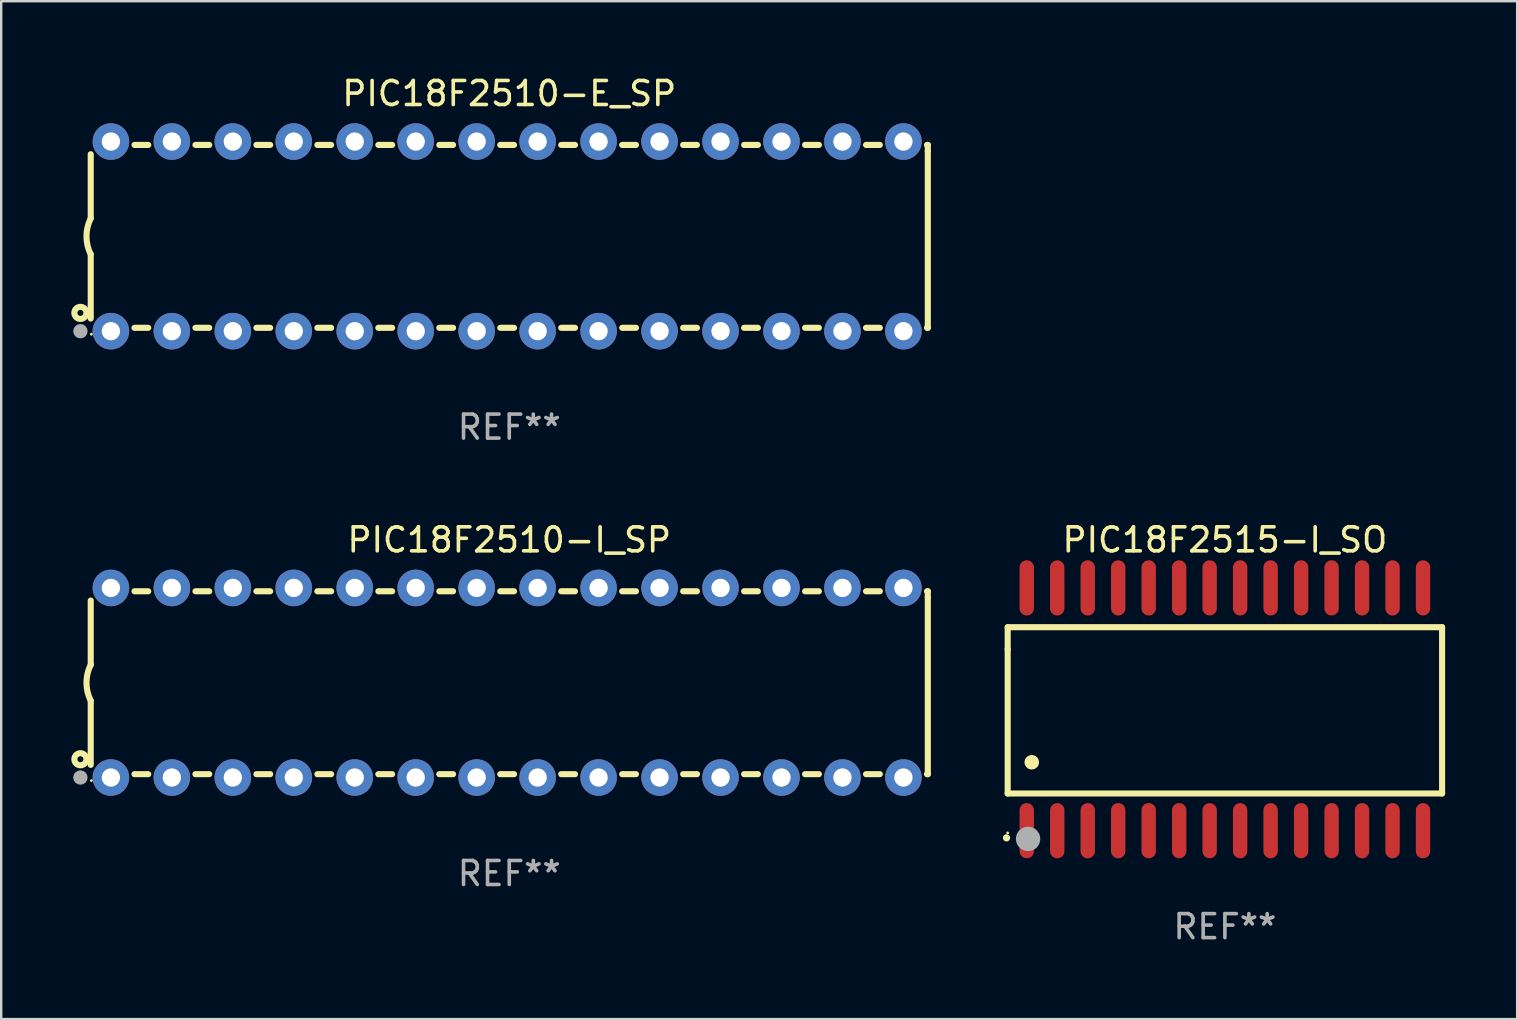
<source format=kicad_pcb>
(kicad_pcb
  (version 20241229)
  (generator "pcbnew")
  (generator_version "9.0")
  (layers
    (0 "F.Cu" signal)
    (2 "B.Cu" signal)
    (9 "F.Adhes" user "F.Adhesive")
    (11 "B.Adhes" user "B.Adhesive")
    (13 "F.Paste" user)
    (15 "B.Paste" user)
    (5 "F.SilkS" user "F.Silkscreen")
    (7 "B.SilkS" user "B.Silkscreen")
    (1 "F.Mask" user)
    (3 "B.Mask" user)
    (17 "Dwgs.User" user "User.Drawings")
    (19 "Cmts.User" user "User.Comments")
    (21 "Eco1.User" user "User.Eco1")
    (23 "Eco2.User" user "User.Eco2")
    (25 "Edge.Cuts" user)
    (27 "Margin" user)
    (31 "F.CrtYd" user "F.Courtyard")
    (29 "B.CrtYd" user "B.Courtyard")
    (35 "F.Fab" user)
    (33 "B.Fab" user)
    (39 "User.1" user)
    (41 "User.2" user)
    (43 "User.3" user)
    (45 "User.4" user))
  (footprint "PIC18F2510-E_SP"
    (layer "F.Cu")
    (at 18.168 6.798)
    (property "Reference" "PIC18F2510-E_SP" (at 0 -5.95 0) (layer "F.SilkS") (effects (font (size 1 1) (thickness 0.15))))
    (attr through_hole)
    (fp_line (start -17.438 0.75) (end -17.438 3.423) (stroke (width 0.254) (type solid)) (layer "F.SilkS"))
    (fp_line (start -17.438 -3.423) (end -17.438 -0.75) (stroke (width 0.254) (type solid)) (layer "F.SilkS"))
    (fp_line (start -15.615 3.81) (end -15.041 3.81) (stroke (width 0.254) (type solid)) (layer "F.SilkS"))
    (fp_line (start -15.041 -3.81) (end -15.614 -3.81) (stroke (width 0.254) (type solid)) (layer "F.SilkS"))
    (fp_line (start -13.075 3.81) (end -12.501 3.81) (stroke (width 0.254) (type solid)) (layer "F.SilkS"))
    (fp_line (start -12.501 -3.81) (end -13.074 -3.81) (stroke (width 0.254) (type solid)) (layer "F.SilkS"))
    (fp_line (start -10.535 3.81) (end -9.961 3.81) (stroke (width 0.254) (type solid)) (layer "F.SilkS"))
    (fp_line (start -9.961 -3.81) (end -10.534 -3.81) (stroke (width 0.254) (type solid)) (layer "F.SilkS"))
    (fp_line (start -7.995 3.81) (end -7.421 3.81) (stroke (width 0.254) (type solid)) (layer "F.SilkS"))
    (fp_line (start -7.421 -3.81) (end -7.995 -3.81) (stroke (width 0.254) (type solid)) (layer "F.SilkS"))
    (fp_line (start -5.455 3.81) (end -4.881 3.81) (stroke (width 0.254) (type solid)) (layer "F.SilkS"))
    (fp_line (start -4.881 -3.81) (end -5.455 -3.81) (stroke (width 0.254) (type solid)) (layer "F.SilkS"))
    (fp_line (start -2.915 3.81) (end -2.341 3.81) (stroke (width 0.254) (type solid)) (layer "F.SilkS"))
    (fp_line (start -2.341 -3.81) (end -2.915 -3.81) (stroke (width 0.254) (type solid)) (layer "F.SilkS"))
    (fp_line (start -0.375 3.81) (end 0.199 3.81) (stroke (width 0.254) (type solid)) (layer "F.SilkS"))
    (fp_line (start 0.199 -3.81) (end -0.375 -3.81) (stroke (width 0.254) (type solid)) (layer "F.SilkS"))
    (fp_line (start 2.165 3.81) (end 2.739 3.81) (stroke (width 0.254) (type solid)) (layer "F.SilkS"))
    (fp_line (start 2.739 -3.81) (end 2.165 -3.81) (stroke (width 0.254) (type solid)) (layer "F.SilkS"))
    (fp_line (start 4.705 3.81) (end 5.279 3.81) (stroke (width 0.254) (type solid)) (layer "F.SilkS"))
    (fp_line (start 5.279 -3.81) (end 4.705 -3.81) (stroke (width 0.254) (type solid)) (layer "F.SilkS"))
    (fp_line (start 7.245 3.81) (end 7.819 3.81) (stroke (width 0.254) (type solid)) (layer "F.SilkS"))
    (fp_line (start 7.819 -3.81) (end 7.245 -3.81) (stroke (width 0.254) (type solid)) (layer "F.SilkS"))
    (fp_line (start 9.785 3.81) (end 10.359 3.81) (stroke (width 0.254) (type solid)) (layer "F.SilkS"))
    (fp_line (start 10.359 -3.81) (end 9.785 -3.81) (stroke (width 0.254) (type solid)) (layer "F.SilkS"))
    (fp_line (start 12.325 3.81) (end 12.899 3.81) (stroke (width 0.254) (type solid)) (layer "F.SilkS"))
    (fp_line (start 12.899 -3.81) (end 12.325 -3.81) (stroke (width 0.254) (type solid)) (layer "F.SilkS"))
    (fp_line (start 14.865 3.81) (end 15.439 3.81) (stroke (width 0.254) (type solid)) (layer "F.SilkS"))
    (fp_line (start 15.439 -3.81) (end 14.865 -3.81) (stroke (width 0.254) (type solid)) (layer "F.SilkS"))
    (fp_line (start 17.405 3.81) (end 17.438 3.81) (stroke (width 0.254) (type solid)) (layer "F.SilkS"))
    (fp_line (start 17.438 -3.81) (end 17.405 -3.81) (stroke (width 0.254) (type solid)) (layer "F.SilkS"))
    (fp_line (start 17.438 -3.556) (end 17.438 -3.81) (stroke (width 0.254) (type solid)) (layer "F.SilkS"))
    (fp_line (start 17.438 3.81) (end 17.438 -3.556) (stroke (width 0.254) (type solid)) (layer "F.SilkS"))
    (fp_arc (start -17.437986 0.749657) (mid -17.614887 -0.000024) (end -17.437783 -0.749657) (stroke (width 0.254001) (type solid)) (layer "F.SilkS"))
    (fp_circle (center -17.868 3.188) (end -17.743 3.188) (stroke (width 0.254) (type solid)) (fill no) (layer "F.SilkS"))
    (fp_circle (center -17.411 4.077) (end -17.381 4.077) (stroke (width 0.06) (type solid)) (fill no) (layer "F.SilkS"))
    (fp_circle (center -17.868 3.95) (end -17.718 3.95) (stroke (width 0.3) (type solid)) (fill no) (layer "F.Fab"))
    (fp_text user "REF**" (at 0 7.95 0) (layer "F.Fab") (effects (font (size 1 1) (thickness 0.15))))
    (pad "1" thru_hole circle (at -16.598 3.95) (size 1.524 1.524) (drill 0.762) (layers "*.Cu" "*.Mask"))
    (pad "2" thru_hole circle (at -14.058 3.95) (size 1.524 1.524) (drill 0.762) (layers "*.Cu" "*.Mask"))
    (pad "3" thru_hole circle (at -11.518 3.95) (size 1.524 1.524) (drill 0.762) (layers "*.Cu" "*.Mask"))
    (pad "4" thru_hole circle (at -8.978 3.95) (size 1.524 1.524) (drill 0.762) (layers "*.Cu" "*.Mask"))
    (pad "5" thru_hole circle (at -6.438 3.95) (size 1.524 1.524) (drill 0.762) (layers "*.Cu" "*.Mask"))
    (pad "6" thru_hole circle (at -3.898 3.95) (size 1.524 1.524) (drill 0.762) (layers "*.Cu" "*.Mask"))
    (pad "7" thru_hole circle (at -1.358 3.95) (size 1.524 1.524) (drill 0.762) (layers "*.Cu" "*.Mask"))
    (pad "8" thru_hole circle (at 1.182 3.95) (size 1.524 1.524) (drill 0.762) (layers "*.Cu" "*.Mask"))
    (pad "9" thru_hole circle (at 3.722 3.95) (size 1.524 1.524) (drill 0.762) (layers "*.Cu" "*.Mask"))
    (pad "10" thru_hole circle (at 6.262 3.95) (size 1.524 1.524) (drill 0.762) (layers "*.Cu" "*.Mask"))
    (pad "11" thru_hole circle (at 8.802 3.95) (size 1.524 1.524) (drill 0.762) (layers "*.Cu" "*.Mask"))
    (pad "12" thru_hole circle (at 11.342 3.95) (size 1.524 1.524) (drill 0.762) (layers "*.Cu" "*.Mask"))
    (pad "13" thru_hole circle (at 13.882 3.95) (size 1.524 1.524) (drill 0.762) (layers "*.Cu" "*.Mask"))
    (pad "14" thru_hole circle (at 16.422 3.95) (size 1.524 1.524) (drill 0.762) (layers "*.Cu" "*.Mask"))
    (pad "15" thru_hole circle (at 16.422 -3.95) (size 1.524 1.524) (drill 0.762) (layers "*.Cu" "*.Mask"))
    (pad "16" thru_hole circle (at 13.882 -3.95) (size 1.524 1.524) (drill 0.762) (layers "*.Cu" "*.Mask"))
    (pad "17" thru_hole circle (at 11.342 -3.95) (size 1.524 1.524) (drill 0.762) (layers "*.Cu" "*.Mask"))
    (pad "18" thru_hole circle (at 8.802 -3.95) (size 1.524 1.524) (drill 0.762) (layers "*.Cu" "*.Mask"))
    (pad "19" thru_hole circle (at 6.262 -3.95) (size 1.524 1.524) (drill 0.762) (layers "*.Cu" "*.Mask"))
    (pad "20" thru_hole circle (at 3.722 -3.95) (size 1.524 1.524) (drill 0.762) (layers "*.Cu" "*.Mask"))
    (pad "21" thru_hole circle (at 1.182 -3.95) (size 1.524 1.524) (drill 0.762) (layers "*.Cu" "*.Mask"))
    (pad "22" thru_hole circle (at -1.358 -3.95) (size 1.524 1.524) (drill 0.762) (layers "*.Cu" "*.Mask"))
    (pad "23" thru_hole circle (at -3.898 -3.95) (size 1.524 1.524) (drill 0.762) (layers "*.Cu" "*.Mask"))
    (pad "24" thru_hole circle (at -6.438 -3.95) (size 1.524 1.524) (drill 0.762) (layers "*.Cu" "*.Mask"))
    (pad "25" thru_hole circle (at -8.978 -3.95) (size 1.524 1.524) (drill 0.762) (layers "*.Cu" "*.Mask"))
    (pad "26" thru_hole circle (at -11.517 -3.95) (size 1.524 1.524) (drill 0.762) (layers "*.Cu" "*.Mask"))
    (pad "27" thru_hole circle (at -14.057 -3.95) (size 1.524 1.524) (drill 0.762) (layers "*.Cu" "*.Mask"))
    (pad "28" thru_hole circle (at -16.597 -3.95) (size 1.524 1.524) (drill 0.762) (layers "*.Cu" "*.Mask")))
  (footprint "PIC18F2515-I_SO"
    (layer "F.Cu")
    (at 47.984 26.502)
    (property "Reference" "PIC18F2515-I_SO" (at 0 -7.058 0) (layer "F.SilkS") (effects (font (size 1 1) (thickness 0.15))))
    (attr through_hole)
    (fp_line (start -9.05 -3.42) (end 9.05 -3.42) (stroke (width 0.254) (type solid)) (layer "F.SilkS"))
    (fp_line (start -9.05 -2.492) (end -9.05 -3.42) (stroke (width 0.254) (type solid)) (layer "F.SilkS"))
    (fp_line (start -9.05 3.508) (end -9.05 -2.492) (stroke (width 0.254) (type solid)) (layer "F.SilkS"))
    (fp_line (start 9.05 -3.42) (end 9.05 3.508) (stroke (width 0.254) (type solid)) (layer "F.SilkS"))
    (fp_line (start 9.05 3.508) (end -9.05 3.508) (stroke (width 0.254) (type solid)) (layer "F.SilkS"))
    (fp_arc (start -9.100838 5.35649) (mid -9.099568 5.356485) (end -9.098298 5.35649) (stroke (width 0.3) (type solid)) (layer "F.SilkS"))
    (fp_arc (start -8.049276 2.206883) (mid -8.046736 2.206872) (end -8.044196 2.206883) (stroke (width 0.6) (type solid)) (layer "F.SilkS"))
    (fp_circle (center -9.05 5.15) (end -9.02 5.15) (stroke (width 0.06) (type solid)) (fill no) (layer "F.SilkS"))
    (fp_circle (center -8.2 5.4) (end -7.946 5.4) (stroke (width 0.508) (type solid)) (fill no) (layer "F.Fab"))
    (fp_text user "REF**" (at 0 9.058 0) (layer "F.Fab") (effects (font (size 1 1) (thickness 0.15))))
    (pad "1" smd oval (at -8.255 5.058 180) (size 0.6 2.3) (layers "F.Cu" "F.Mask" "F.Paste"))
    (pad "2" smd oval (at -6.985 5.058 180) (size 0.6 2.3) (layers "F.Cu" "F.Mask" "F.Paste"))
    (pad "3" smd oval (at -5.715 5.058 180) (size 0.6 2.3) (layers "F.Cu" "F.Mask" "F.Paste"))
    (pad "4" smd oval (at -4.445 5.058 180) (size 0.6 2.3) (layers "F.Cu" "F.Mask" "F.Paste"))
    (pad "5" smd oval (at -3.175 5.058 180) (size 0.6 2.3) (layers "F.Cu" "F.Mask" "F.Paste"))
    (pad "6" smd oval (at -1.905 5.058 180) (size 0.6 2.3) (layers "F.Cu" "F.Mask" "F.Paste"))
    (pad "7" smd oval (at -0.635 5.058 180) (size 0.6 2.3) (layers "F.Cu" "F.Mask" "F.Paste"))
    (pad "8" smd oval (at 0.635 5.058 180) (size 0.6 2.3) (layers "F.Cu" "F.Mask" "F.Paste"))
    (pad "9" smd oval (at 1.905 5.058 180) (size 0.6 2.3) (layers "F.Cu" "F.Mask" "F.Paste"))
    (pad "10" smd oval (at 3.175 5.058 180) (size 0.6 2.3) (layers "F.Cu" "F.Mask" "F.Paste"))
    (pad "11" smd oval (at 4.445 5.058 180) (size 0.6 2.3) (layers "F.Cu" "F.Mask" "F.Paste"))
    (pad "12" smd oval (at 5.715 5.058 180) (size 0.6 2.3) (layers "F.Cu" "F.Mask" "F.Paste"))
    (pad "13" smd oval (at 6.985 5.058 180) (size 0.6 2.3) (layers "F.Cu" "F.Mask" "F.Paste"))
    (pad "14" smd oval (at 8.255 5.058 180) (size 0.6 2.3) (layers "F.Cu" "F.Mask" "F.Paste"))
    (pad "15" smd oval (at 8.255 -5.058 180) (size 0.6 2.3) (layers "F.Cu" "F.Mask" "F.Paste"))
    (pad "16" smd oval (at 6.985 -5.058 180) (size 0.6 2.3) (layers "F.Cu" "F.Mask" "F.Paste"))
    (pad "17" smd oval (at 5.715 -5.058 180) (size 0.6 2.3) (layers "F.Cu" "F.Mask" "F.Paste"))
    (pad "18" smd oval (at 4.445 -5.058 180) (size 0.6 2.3) (layers "F.Cu" "F.Mask" "F.Paste"))
    (pad "19" smd oval (at 3.175 -5.058 180) (size 0.6 2.3) (layers "F.Cu" "F.Mask" "F.Paste"))
    (pad "20" smd oval (at 1.905 -5.058 180) (size 0.6 2.3) (layers "F.Cu" "F.Mask" "F.Paste"))
    (pad "21" smd oval (at 0.635 -5.058 180) (size 0.6 2.3) (layers "F.Cu" "F.Mask" "F.Paste"))
    (pad "22" smd oval (at -0.635 -5.058 180) (size 0.6 2.3) (layers "F.Cu" "F.Mask" "F.Paste"))
    (pad "23" smd oval (at -1.905 -5.058 180) (size 0.6 2.3) (layers "F.Cu" "F.Mask" "F.Paste"))
    (pad "24" smd oval (at -3.175 -5.058 180) (size 0.6 2.3) (layers "F.Cu" "F.Mask" "F.Paste"))
    (pad "25" smd oval (at -4.445 -5.058 180) (size 0.6 2.3) (layers "F.Cu" "F.Mask" "F.Paste"))
    (pad "26" smd oval (at -5.715 -5.058 180) (size 0.6 2.3) (layers "F.Cu" "F.Mask" "F.Paste"))
    (pad "27" smd oval (at -6.985 -5.058 180) (size 0.6 2.3) (layers "F.Cu" "F.Mask" "F.Paste"))
    (pad "28" smd oval (at -8.255 -5.058 180) (size 0.6 2.3) (layers "F.Cu" "F.Mask" "F.Paste")))
  (footprint "PIC18F2510-I_SP"
    (layer "F.Cu")
    (at 18.168 25.395)
    (property "Reference" "PIC18F2510-I_SP" (at 0 -5.95 0) (layer "F.SilkS") (effects (font (size 1 1) (thickness 0.15))))
    (attr through_hole)
    (fp_line (start -17.438 0.75) (end -17.438 3.423) (stroke (width 0.254) (type solid)) (layer "F.SilkS"))
    (fp_line (start -17.438 -3.423) (end -17.438 -0.75) (stroke (width 0.254) (type solid)) (layer "F.SilkS"))
    (fp_line (start -15.615 3.81) (end -15.041 3.81) (stroke (width 0.254) (type solid)) (layer "F.SilkS"))
    (fp_line (start -15.041 -3.81) (end -15.614 -3.81) (stroke (width 0.254) (type solid)) (layer "F.SilkS"))
    (fp_line (start -13.075 3.81) (end -12.501 3.81) (stroke (width 0.254) (type solid)) (layer "F.SilkS"))
    (fp_line (start -12.501 -3.81) (end -13.074 -3.81) (stroke (width 0.254) (type solid)) (layer "F.SilkS"))
    (fp_line (start -10.535 3.81) (end -9.961 3.81) (stroke (width 0.254) (type solid)) (layer "F.SilkS"))
    (fp_line (start -9.961 -3.81) (end -10.534 -3.81) (stroke (width 0.254) (type solid)) (layer "F.SilkS"))
    (fp_line (start -7.995 3.81) (end -7.421 3.81) (stroke (width 0.254) (type solid)) (layer "F.SilkS"))
    (fp_line (start -7.421 -3.81) (end -7.995 -3.81) (stroke (width 0.254) (type solid)) (layer "F.SilkS"))
    (fp_line (start -5.455 3.81) (end -4.881 3.81) (stroke (width 0.254) (type solid)) (layer "F.SilkS"))
    (fp_line (start -4.881 -3.81) (end -5.455 -3.81) (stroke (width 0.254) (type solid)) (layer "F.SilkS"))
    (fp_line (start -2.915 3.81) (end -2.341 3.81) (stroke (width 0.254) (type solid)) (layer "F.SilkS"))
    (fp_line (start -2.341 -3.81) (end -2.915 -3.81) (stroke (width 0.254) (type solid)) (layer "F.SilkS"))
    (fp_line (start -0.375 3.81) (end 0.199 3.81) (stroke (width 0.254) (type solid)) (layer "F.SilkS"))
    (fp_line (start 0.199 -3.81) (end -0.375 -3.81) (stroke (width 0.254) (type solid)) (layer "F.SilkS"))
    (fp_line (start 2.165 3.81) (end 2.739 3.81) (stroke (width 0.254) (type solid)) (layer "F.SilkS"))
    (fp_line (start 2.739 -3.81) (end 2.165 -3.81) (stroke (width 0.254) (type solid)) (layer "F.SilkS"))
    (fp_line (start 4.705 3.81) (end 5.279 3.81) (stroke (width 0.254) (type solid)) (layer "F.SilkS"))
    (fp_line (start 5.279 -3.81) (end 4.705 -3.81) (stroke (width 0.254) (type solid)) (layer "F.SilkS"))
    (fp_line (start 7.245 3.81) (end 7.819 3.81) (stroke (width 0.254) (type solid)) (layer "F.SilkS"))
    (fp_line (start 7.819 -3.81) (end 7.245 -3.81) (stroke (width 0.254) (type solid)) (layer "F.SilkS"))
    (fp_line (start 9.785 3.81) (end 10.359 3.81) (stroke (width 0.254) (type solid)) (layer "F.SilkS"))
    (fp_line (start 10.359 -3.81) (end 9.785 -3.81) (stroke (width 0.254) (type solid)) (layer "F.SilkS"))
    (fp_line (start 12.325 3.81) (end 12.899 3.81) (stroke (width 0.254) (type solid)) (layer "F.SilkS"))
    (fp_line (start 12.899 -3.81) (end 12.325 -3.81) (stroke (width 0.254) (type solid)) (layer "F.SilkS"))
    (fp_line (start 14.865 3.81) (end 15.439 3.81) (stroke (width 0.254) (type solid)) (layer "F.SilkS"))
    (fp_line (start 15.439 -3.81) (end 14.865 -3.81) (stroke (width 0.254) (type solid)) (layer "F.SilkS"))
    (fp_line (start 17.405 3.81) (end 17.438 3.81) (stroke (width 0.254) (type solid)) (layer "F.SilkS"))
    (fp_line (start 17.438 -3.81) (end 17.405 -3.81) (stroke (width 0.254) (type solid)) (layer "F.SilkS"))
    (fp_line (start 17.438 -3.556) (end 17.438 -3.81) (stroke (width 0.254) (type solid)) (layer "F.SilkS"))
    (fp_line (start 17.438 3.81) (end 17.438 -3.556) (stroke (width 0.254) (type solid)) (layer "F.SilkS"))
    (fp_arc (start -17.437986 0.749657) (mid -17.614887 -0.000024) (end -17.437783 -0.749657) (stroke (width 0.254001) (type solid)) (layer "F.SilkS"))
    (fp_circle (center -17.868 3.188) (end -17.743 3.188) (stroke (width 0.254) (type solid)) (fill no) (layer "F.SilkS"))
    (fp_circle (center -17.411 4.077) (end -17.381 4.077) (stroke (width 0.06) (type solid)) (fill no) (layer "F.SilkS"))
    (fp_circle (center -17.868 3.95) (end -17.718 3.95) (stroke (width 0.3) (type solid)) (fill no) (layer "F.Fab"))
    (fp_text user "REF**" (at 0 7.95 0) (layer "F.Fab") (effects (font (size 1 1) (thickness 0.15))))
    (pad "1" thru_hole circle (at -16.598 3.95) (size 1.524 1.524) (drill 0.762) (layers "*.Cu" "*.Mask"))
    (pad "2" thru_hole circle (at -14.058 3.95) (size 1.524 1.524) (drill 0.762) (layers "*.Cu" "*.Mask"))
    (pad "3" thru_hole circle (at -11.518 3.95) (size 1.524 1.524) (drill 0.762) (layers "*.Cu" "*.Mask"))
    (pad "4" thru_hole circle (at -8.978 3.95) (size 1.524 1.524) (drill 0.762) (layers "*.Cu" "*.Mask"))
    (pad "5" thru_hole circle (at -6.438 3.95) (size 1.524 1.524) (drill 0.762) (layers "*.Cu" "*.Mask"))
    (pad "6" thru_hole circle (at -3.898 3.95) (size 1.524 1.524) (drill 0.762) (layers "*.Cu" "*.Mask"))
    (pad "7" thru_hole circle (at -1.358 3.95) (size 1.524 1.524) (drill 0.762) (layers "*.Cu" "*.Mask"))
    (pad "8" thru_hole circle (at 1.182 3.95) (size 1.524 1.524) (drill 0.762) (layers "*.Cu" "*.Mask"))
    (pad "9" thru_hole circle (at 3.722 3.95) (size 1.524 1.524) (drill 0.762) (layers "*.Cu" "*.Mask"))
    (pad "10" thru_hole circle (at 6.262 3.95) (size 1.524 1.524) (drill 0.762) (layers "*.Cu" "*.Mask"))
    (pad "11" thru_hole circle (at 8.802 3.95) (size 1.524 1.524) (drill 0.762) (layers "*.Cu" "*.Mask"))
    (pad "12" thru_hole circle (at 11.342 3.95) (size 1.524 1.524) (drill 0.762) (layers "*.Cu" "*.Mask"))
    (pad "13" thru_hole circle (at 13.882 3.95) (size 1.524 1.524) (drill 0.762) (layers "*.Cu" "*.Mask"))
    (pad "14" thru_hole circle (at 16.422 3.95) (size 1.524 1.524) (drill 0.762) (layers "*.Cu" "*.Mask"))
    (pad "15" thru_hole circle (at 16.422 -3.95) (size 1.524 1.524) (drill 0.762) (layers "*.Cu" "*.Mask"))
    (pad "16" thru_hole circle (at 13.882 -3.95) (size 1.524 1.524) (drill 0.762) (layers "*.Cu" "*.Mask"))
    (pad "17" thru_hole circle (at 11.342 -3.95) (size 1.524 1.524) (drill 0.762) (layers "*.Cu" "*.Mask"))
    (pad "18" thru_hole circle (at 8.802 -3.95) (size 1.524 1.524) (drill 0.762) (layers "*.Cu" "*.Mask"))
    (pad "19" thru_hole circle (at 6.262 -3.95) (size 1.524 1.524) (drill 0.762) (layers "*.Cu" "*.Mask"))
    (pad "20" thru_hole circle (at 3.722 -3.95) (size 1.524 1.524) (drill 0.762) (layers "*.Cu" "*.Mask"))
    (pad "21" thru_hole circle (at 1.182 -3.95) (size 1.524 1.524) (drill 0.762) (layers "*.Cu" "*.Mask"))
    (pad "22" thru_hole circle (at -1.358 -3.95) (size 1.524 1.524) (drill 0.762) (layers "*.Cu" "*.Mask"))
    (pad "23" thru_hole circle (at -3.898 -3.95) (size 1.524 1.524) (drill 0.762) (layers "*.Cu" "*.Mask"))
    (pad "24" thru_hole circle (at -6.438 -3.95) (size 1.524 1.524) (drill 0.762) (layers "*.Cu" "*.Mask"))
    (pad "25" thru_hole circle (at -8.978 -3.95) (size 1.524 1.524) (drill 0.762) (layers "*.Cu" "*.Mask"))
    (pad "26" thru_hole circle (at -11.517 -3.95) (size 1.524 1.524) (drill 0.762) (layers "*.Cu" "*.Mask"))
    (pad "27" thru_hole circle (at -14.057 -3.95) (size 1.524 1.524) (drill 0.762) (layers "*.Cu" "*.Mask"))
    (pad "28" thru_hole circle (at -16.597 -3.95) (size 1.524 1.524) (drill 0.762) (layers "*.Cu" "*.Mask")))
  (gr_rect
    (start -3 -3)
    (end 60.161 39.408)
    (stroke (width 0.1) (type default))
    (fill no)
    (layer "Edge.Cuts")))
</source>
